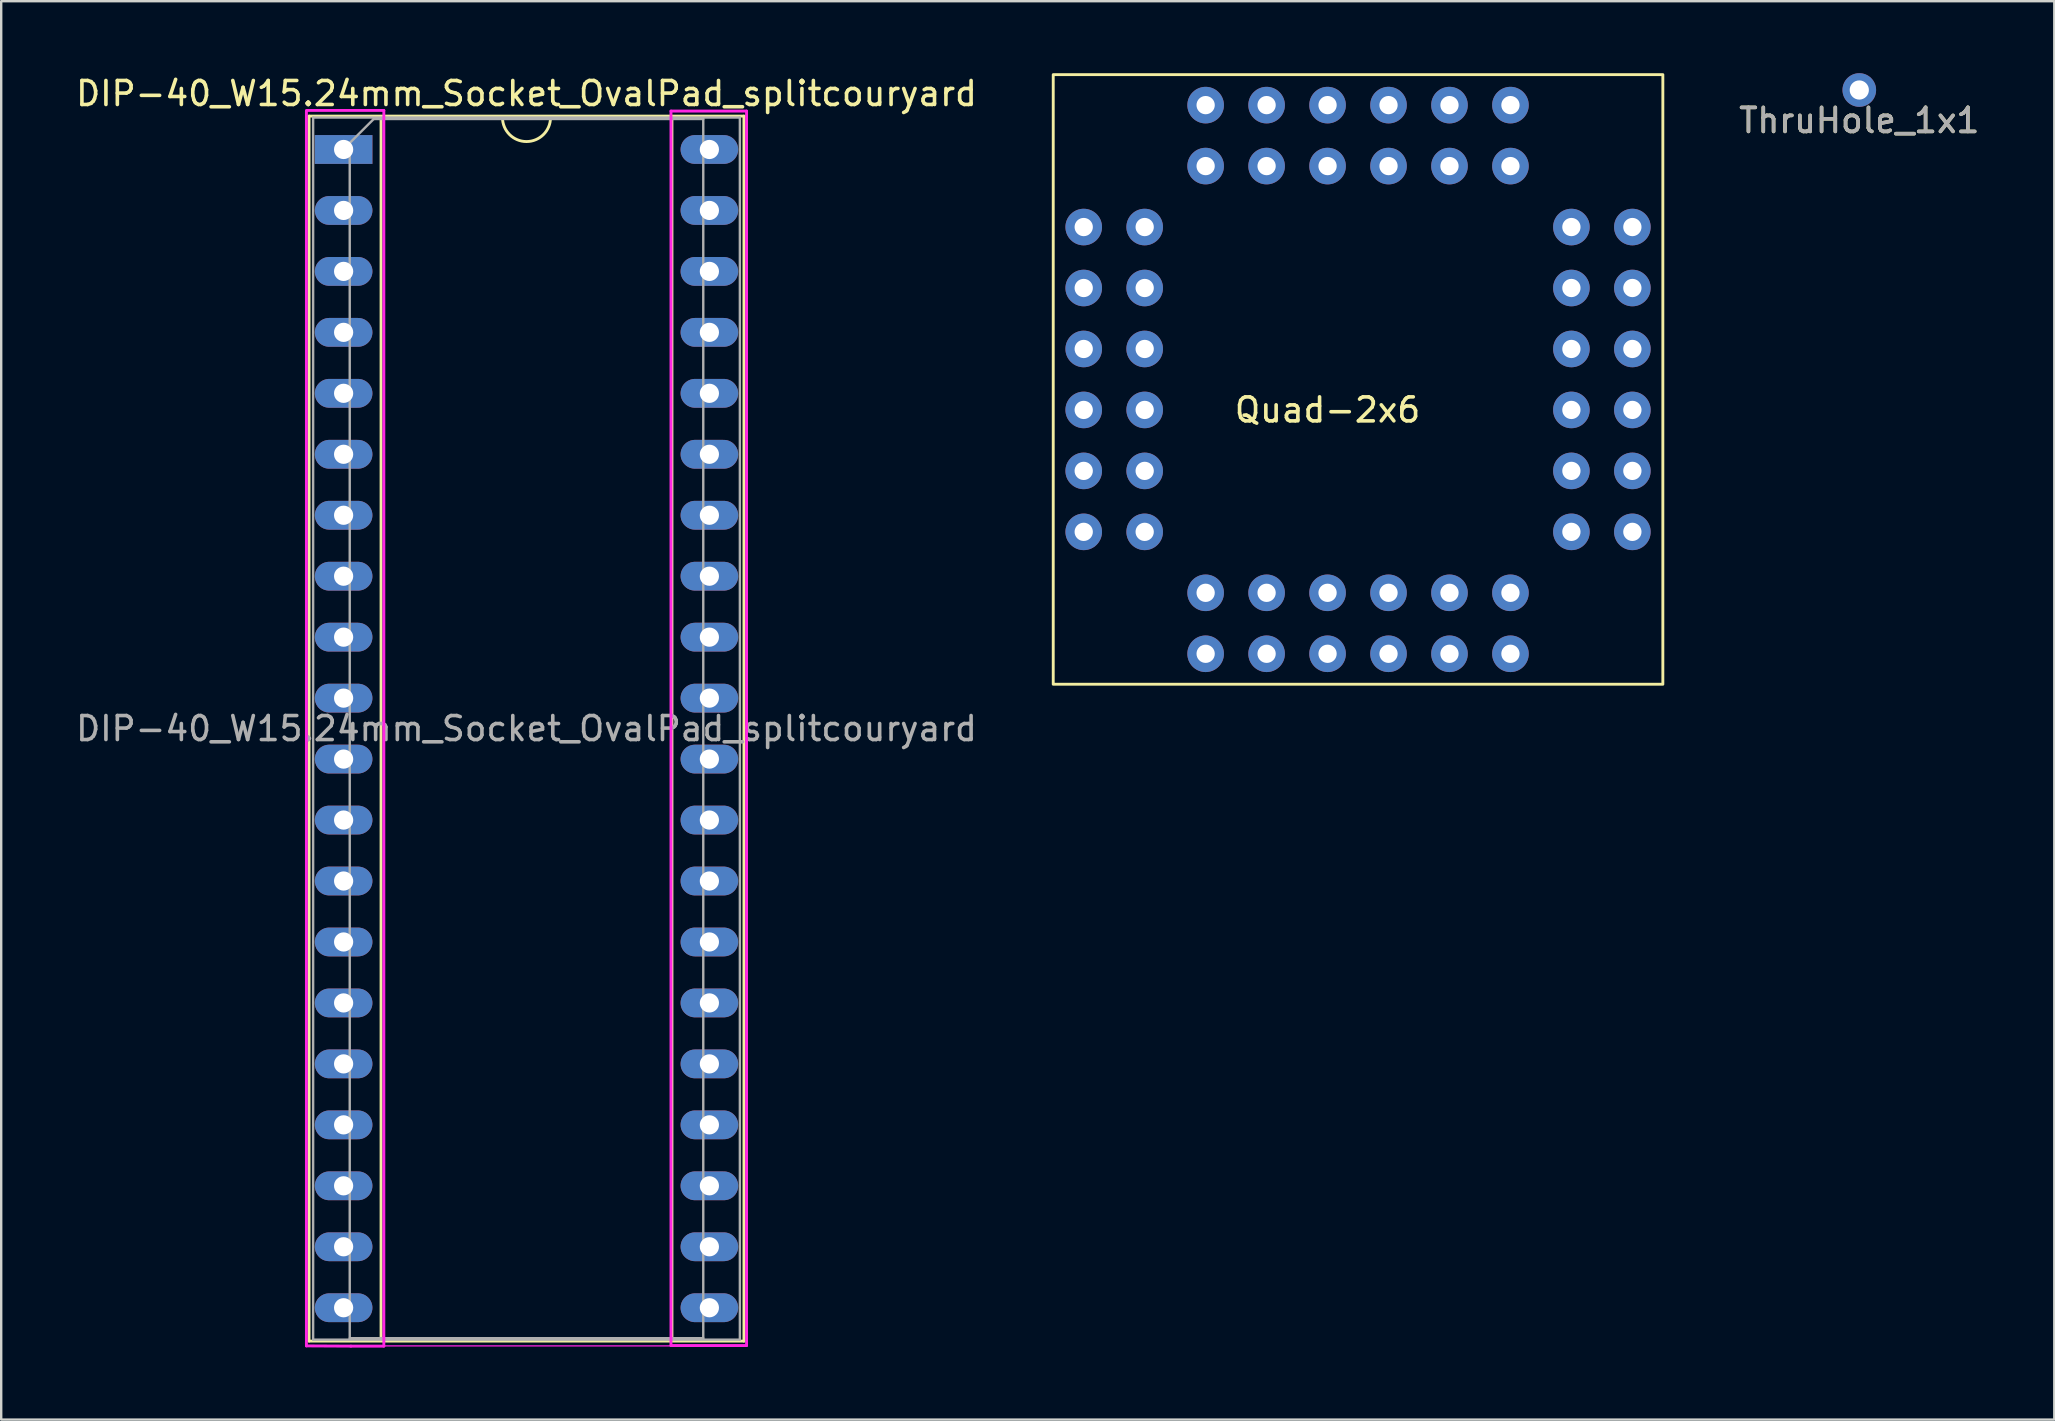
<source format=kicad_pcb>
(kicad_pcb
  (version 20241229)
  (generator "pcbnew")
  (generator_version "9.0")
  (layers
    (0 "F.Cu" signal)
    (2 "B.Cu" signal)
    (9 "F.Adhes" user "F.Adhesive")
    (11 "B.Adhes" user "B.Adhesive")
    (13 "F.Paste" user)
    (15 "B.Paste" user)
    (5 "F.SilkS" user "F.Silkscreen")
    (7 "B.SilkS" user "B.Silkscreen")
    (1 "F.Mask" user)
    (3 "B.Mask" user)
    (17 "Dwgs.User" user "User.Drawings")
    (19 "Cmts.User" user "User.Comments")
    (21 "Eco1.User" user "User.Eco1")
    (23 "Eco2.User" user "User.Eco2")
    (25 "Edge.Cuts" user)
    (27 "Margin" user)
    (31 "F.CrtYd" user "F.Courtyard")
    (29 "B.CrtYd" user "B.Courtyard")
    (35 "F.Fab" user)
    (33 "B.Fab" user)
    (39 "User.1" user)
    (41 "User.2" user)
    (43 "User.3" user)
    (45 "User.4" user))
  (footprint "Quad-2x6"
    (layer "F.Cu")
    (at 42.104 1.33)
    (property "Reference" "Quad-2x6" (at 10.16 12.7 0) (unlocked yes) (layer "F.SilkS") (effects (font (size 1 1) (thickness 0.15))))
    (attr through_hole)
    (fp_rect (start -1.27 -1.27) (end 24.13 24.13) (stroke (width 0.12) (type default)) (fill no) (layer "F.SilkS"))
    (pad "1" thru_hole circle (at 0 5.08 90) (size 1.524 1.524) (drill 0.762) (layers "*.Cu" "*.Mask"))
    (pad "2" thru_hole circle (at 2.54 5.08 90) (size 1.524 1.524) (drill 0.762) (layers "*.Cu" "*.Mask"))
    (pad "3" thru_hole circle (at 0 7.62 90) (size 1.524 1.524) (drill 0.762) (layers "*.Cu" "*.Mask"))
    (pad "4" thru_hole circle (at 2.54 7.62 90) (size 1.524 1.524) (drill 0.762) (layers "*.Cu" "*.Mask"))
    (pad "5" thru_hole circle (at 0 10.16 90) (size 1.524 1.524) (drill 0.762) (layers "*.Cu" "*.Mask"))
    (pad "6" thru_hole circle (at 2.54 10.16 90) (size 1.524 1.524) (drill 0.762) (layers "*.Cu" "*.Mask"))
    (pad "7" thru_hole circle (at 0 12.7 90) (size 1.524 1.524) (drill 0.762) (layers "*.Cu" "*.Mask"))
    (pad "8" thru_hole circle (at 2.54 12.7 90) (size 1.524 1.524) (drill 0.762) (layers "*.Cu" "*.Mask"))
    (pad "9" thru_hole circle (at 0 15.24 90) (size 1.524 1.524) (drill 0.762) (layers "*.Cu" "*.Mask"))
    (pad "10" thru_hole circle (at 2.54 15.24 90) (size 1.524 1.524) (drill 0.762) (layers "*.Cu" "*.Mask"))
    (pad "11" thru_hole circle (at 0 17.78 90) (size 1.524 1.524) (drill 0.762) (layers "*.Cu" "*.Mask"))
    (pad "12" thru_hole circle (at 2.54 17.78 90) (size 1.524 1.524) (drill 0.762) (layers "*.Cu" "*.Mask"))
    (pad "13" thru_hole circle (at 5.08 22.86) (size 1.524 1.524) (drill 0.762) (layers "*.Cu" "*.Mask"))
    (pad "14" thru_hole circle (at 5.08 20.32) (size 1.524 1.524) (drill 0.762) (layers "*.Cu" "*.Mask"))
    (pad "15" thru_hole circle (at 7.62 22.86) (size 1.524 1.524) (drill 0.762) (layers "*.Cu" "*.Mask"))
    (pad "16" thru_hole circle (at 7.62 20.32) (size 1.524 1.524) (drill 0.762) (layers "*.Cu" "*.Mask"))
    (pad "17" thru_hole circle (at 10.16 22.86) (size 1.524 1.524) (drill 0.762) (layers "*.Cu" "*.Mask"))
    (pad "18" thru_hole circle (at 10.16 20.32) (size 1.524 1.524) (drill 0.762) (layers "*.Cu" "*.Mask"))
    (pad "19" thru_hole circle (at 12.7 22.86) (size 1.524 1.524) (drill 0.762) (layers "*.Cu" "*.Mask"))
    (pad "20" thru_hole circle (at 12.7 20.32) (size 1.524 1.524) (drill 0.762) (layers "*.Cu" "*.Mask"))
    (pad "21" thru_hole circle (at 15.24 22.86) (size 1.524 1.524) (drill 0.762) (layers "*.Cu" "*.Mask"))
    (pad "22" thru_hole circle (at 15.24 20.32) (size 1.524 1.524) (drill 0.762) (layers "*.Cu" "*.Mask"))
    (pad "23" thru_hole circle (at 17.78 22.86) (size 1.524 1.524) (drill 0.762) (layers "*.Cu" "*.Mask"))
    (pad "24" thru_hole circle (at 17.78 20.32) (size 1.524 1.524) (drill 0.762) (layers "*.Cu" "*.Mask"))
    (pad "25" thru_hole circle (at 22.86 17.78) (size 1.524 1.524) (drill 0.762) (layers "*.Cu" "*.Mask"))
    (pad "26" thru_hole circle (at 20.32 17.78) (size 1.524 1.524) (drill 0.762) (layers "*.Cu" "*.Mask"))
    (pad "27" thru_hole circle (at 22.86 15.24) (size 1.524 1.524) (drill 0.762) (layers "*.Cu" "*.Mask"))
    (pad "28" thru_hole circle (at 20.32 15.24) (size 1.524 1.524) (drill 0.762) (layers "*.Cu" "*.Mask"))
    (pad "29" thru_hole circle (at 22.86 12.7) (size 1.524 1.524) (drill 0.762) (layers "*.Cu" "*.Mask"))
    (pad "30" thru_hole circle (at 20.32 12.7) (size 1.524 1.524) (drill 0.762) (layers "*.Cu" "*.Mask"))
    (pad "31" thru_hole circle (at 22.86 10.16) (size 1.524 1.524) (drill 0.762) (layers "*.Cu" "*.Mask"))
    (pad "32" thru_hole circle (at 20.32 10.16) (size 1.524 1.524) (drill 0.762) (layers "*.Cu" "*.Mask"))
    (pad "33" thru_hole circle (at 22.86 7.62) (size 1.524 1.524) (drill 0.762) (layers "*.Cu" "*.Mask"))
    (pad "34" thru_hole circle (at 20.32 7.62) (size 1.524 1.524) (drill 0.762) (layers "*.Cu" "*.Mask"))
    (pad "35" thru_hole circle (at 22.86 5.08) (size 1.524 1.524) (drill 0.762) (layers "*.Cu" "*.Mask"))
    (pad "36" thru_hole circle (at 20.32 5.08) (size 1.524 1.524) (drill 0.762) (layers "*.Cu" "*.Mask"))
    (pad "37" thru_hole circle (at 17.78 0) (size 1.524 1.524) (drill 0.762) (layers "*.Cu" "*.Mask"))
    (pad "38" thru_hole circle (at 17.78 2.54) (size 1.524 1.524) (drill 0.762) (layers "*.Cu" "*.Mask"))
    (pad "39" thru_hole circle (at 15.24 0) (size 1.524 1.524) (drill 0.762) (layers "*.Cu" "*.Mask"))
    (pad "40" thru_hole circle (at 15.24 2.54) (size 1.524 1.524) (drill 0.762) (layers "*.Cu" "*.Mask"))
    (pad "41" thru_hole circle (at 12.7 0) (size 1.524 1.524) (drill 0.762) (layers "*.Cu" "*.Mask"))
    (pad "42" thru_hole circle (at 12.7 2.54) (size 1.524 1.524) (drill 0.762) (layers "*.Cu" "*.Mask"))
    (pad "43" thru_hole circle (at 10.16 0) (size 1.524 1.524) (drill 0.762) (layers "*.Cu" "*.Mask"))
    (pad "44" thru_hole circle (at 10.16 2.54) (size 1.524 1.524) (drill 0.762) (layers "*.Cu" "*.Mask"))
    (pad "45" thru_hole circle (at 7.62 0) (size 1.524 1.524) (drill 0.762) (layers "*.Cu" "*.Mask"))
    (pad "46" thru_hole circle (at 7.62 2.54) (size 1.524 1.524) (drill 0.762) (layers "*.Cu" "*.Mask"))
    (pad "47" thru_hole circle (at 5.08 0) (size 1.524 1.524) (drill 0.762) (layers "*.Cu" "*.Mask"))
    (pad "48" thru_hole circle (at 5.08 2.54) (size 1.524 1.524) (drill 0.762) (layers "*.Cu" "*.Mask")))
  (footprint "ThruHole_1x1"
    (layer "F.Cu")
    (at 74.419 0.7)
    (property "Reference" "ThruHole_1x1" (at 0 1.27 0) (layer "F.SilkS") (effects (font (size 1 1) (thickness 0.15))))
    (attr through_hole)
    (fp_text user "${REFERENCE}" (at 0 1.27 180) (layer "F.Fab") (effects (font (size 1 1) (thickness 0.15))))
    (pad "1" thru_hole oval (at 0 0) (size 1.4 1.4) (drill 0.8) (layers "*.Cu" "*.Mask")))
  (footprint "DIP-40_W15.24mm_Socket_OvalPad_splitcouryard"
    (layer "F.Cu")
    (at 11.267 3.178)
    (property "Reference" "DIP-40_W15.24mm_Socket_OvalPad_splitcouryard" (at 7.62 -2.33 0) (layer "F.SilkS") (effects (font (size 1 1) (thickness 0.15))))
    (attr through_hole)
    (fp_line (start -1.44 -1.39) (end -1.44 49.65) (stroke (width 0.12) (type solid)) (layer "F.SilkS"))
    (fp_line (start -1.44 49.65) (end 16.68 49.65) (stroke (width 0.12) (type solid)) (layer "F.SilkS"))
    (fp_line (start 1.56 -1.33) (end 1.56 49.59) (stroke (width 0.12) (type solid)) (layer "F.SilkS"))
    (fp_line (start 1.56 49.59) (end 13.68 49.59) (stroke (width 0.12) (type solid)) (layer "F.SilkS"))
    (fp_line (start 6.62 -1.33) (end 1.56 -1.33) (stroke (width 0.12) (type solid)) (layer "F.SilkS"))
    (fp_line (start 13.68 -1.33) (end 8.62 -1.33) (stroke (width 0.12) (type solid)) (layer "F.SilkS"))
    (fp_line (start 13.68 49.59) (end 13.68 -1.33) (stroke (width 0.12) (type solid)) (layer "F.SilkS"))
    (fp_line (start 16.68 -1.39) (end -1.44 -1.39) (stroke (width 0.12) (type solid)) (layer "F.SilkS"))
    (fp_line (start 16.68 49.65) (end 16.68 -1.39) (stroke (width 0.12) (type solid)) (layer "F.SilkS"))
    (fp_arc (start 8.62 -1.33) (mid 7.62 -0.33) (end 6.62 -1.33) (stroke (width 0.12) (type solid)) (layer "F.SilkS"))
    (fp_line (start -1.55 -1.6) (end -1.55 49.85) (stroke (width 0.05) (type solid)) (layer "F.CrtYd"))
    (fp_line (start -1.55 -1.6) (end -1.55 49.85) (stroke (width 0.12) (type solid)) (layer "F.CrtYd"))
    (fp_line (start -1.55 49.85) (end 0.305 49.86) (stroke (width 0.12) (type solid)) (layer "F.CrtYd"))
    (fp_line (start -1.55 49.85) (end 16.8 49.85) (stroke (width 0.05) (type solid)) (layer "F.CrtYd"))
    (fp_line (start 0.305 49.86) (end 1.676 49.86) (stroke (width 0.12) (type solid)) (layer "F.CrtYd"))
    (fp_line (start 1.676 -1.626) (end -1.549 -1.626) (stroke (width 0.12) (type solid)) (layer "F.CrtYd"))
    (fp_line (start 1.676 49.86) (end 1.676 -1.626) (stroke (width 0.12) (type solid)) (layer "F.CrtYd"))
    (fp_line (start 13.64 -1.6) (end 13.64 49.835) (stroke (width 0.12) (type solid)) (layer "F.CrtYd"))
    (fp_line (start 13.64 49.835) (end 16.789 49.835) (stroke (width 0.12) (type solid)) (layer "F.CrtYd"))
    (fp_line (start 16.789 -1.6) (end 13.64 -1.6) (stroke (width 0.12) (type solid)) (layer "F.CrtYd"))
    (fp_line (start 16.789 49.835) (end 16.789 -1.6) (stroke (width 0.12) (type solid)) (layer "F.CrtYd"))
    (fp_line (start 16.8 49.85) (end 16.8 -1.6) (stroke (width 0.05) (type solid)) (layer "F.CrtYd"))
    (fp_line (start -1.27 -1.33) (end -1.27 49.59) (stroke (width 0.1) (type solid)) (layer "F.Fab"))
    (fp_line (start -1.27 49.59) (end 16.51 49.59) (stroke (width 0.1) (type solid)) (layer "F.Fab"))
    (fp_line (start 0.255 -0.27) (end 1.255 -1.27) (stroke (width 0.1) (type solid)) (layer "F.Fab"))
    (fp_line (start 0.255 49.53) (end 0.255 -0.27) (stroke (width 0.1) (type solid)) (layer "F.Fab"))
    (fp_line (start 1.255 -1.27) (end 14.985 -1.27) (stroke (width 0.1) (type solid)) (layer "F.Fab"))
    (fp_line (start 14.985 -1.27) (end 14.985 49.53) (stroke (width 0.1) (type solid)) (layer "F.Fab"))
    (fp_line (start 14.985 49.53) (end 0.255 49.53) (stroke (width 0.1) (type solid)) (layer "F.Fab"))
    (fp_line (start 16.51 -1.33) (end -1.27 -1.33) (stroke (width 0.1) (type solid)) (layer "F.Fab"))
    (fp_line (start 16.51 49.59) (end 16.51 -1.33) (stroke (width 0.1) (type solid)) (layer "F.Fab"))
    (fp_text user "${REFERENCE}" (at 7.62 24.13 0) (layer "F.Fab") (effects (font (size 1 1) (thickness 0.15))))
    (pad "1" thru_hole rect (at 0 0) (size 2.4 1.2) (drill 0.8) (layers "*.Cu" "*.Mask"))
    (pad "2" thru_hole oval (at 0 2.54) (size 2.4 1.2) (drill 0.8) (layers "*.Cu" "*.Mask"))
    (pad "3" thru_hole oval (at 0 5.08) (size 2.4 1.2) (drill 0.8) (layers "*.Cu" "*.Mask"))
    (pad "4" thru_hole oval (at 0 7.62) (size 2.4 1.2) (drill 0.8) (layers "*.Cu" "*.Mask"))
    (pad "5" thru_hole oval (at 0 10.16) (size 2.4 1.2) (drill 0.8) (layers "*.Cu" "*.Mask"))
    (pad "6" thru_hole oval (at 0 12.7) (size 2.4 1.2) (drill 0.8) (layers "*.Cu" "*.Mask"))
    (pad "7" thru_hole oval (at 0 15.24) (size 2.4 1.2) (drill 0.8) (layers "*.Cu" "*.Mask"))
    (pad "8" thru_hole oval (at 0 17.78) (size 2.4 1.2) (drill 0.8) (layers "*.Cu" "*.Mask"))
    (pad "9" thru_hole oval (at 0 20.32) (size 2.4 1.2) (drill 0.8) (layers "*.Cu" "*.Mask"))
    (pad "10" thru_hole oval (at 0 22.86) (size 2.4 1.2) (drill 0.8) (layers "*.Cu" "*.Mask"))
    (pad "11" thru_hole oval (at 0 25.4) (size 2.4 1.2) (drill 0.8) (layers "*.Cu" "*.Mask"))
    (pad "12" thru_hole oval (at 0 27.94) (size 2.4 1.2) (drill 0.8) (layers "*.Cu" "*.Mask"))
    (pad "13" thru_hole oval (at 0 30.48) (size 2.4 1.2) (drill 0.8) (layers "*.Cu" "*.Mask"))
    (pad "14" thru_hole oval (at 0 33.02) (size 2.4 1.2) (drill 0.8) (layers "*.Cu" "*.Mask"))
    (pad "15" thru_hole oval (at 0 35.56) (size 2.4 1.2) (drill 0.8) (layers "*.Cu" "*.Mask"))
    (pad "16" thru_hole oval (at 0 38.1) (size 2.4 1.2) (drill 0.8) (layers "*.Cu" "*.Mask"))
    (pad "17" thru_hole oval (at 0 40.64) (size 2.4 1.2) (drill 0.8) (layers "*.Cu" "*.Mask"))
    (pad "18" thru_hole oval (at 0 43.18) (size 2.4 1.2) (drill 0.8) (layers "*.Cu" "*.Mask"))
    (pad "19" thru_hole oval (at 0 45.72) (size 2.4 1.2) (drill 0.8) (layers "*.Cu" "*.Mask"))
    (pad "20" thru_hole oval (at 0 48.26) (size 2.4 1.2) (drill 0.8) (layers "*.Cu" "*.Mask"))
    (pad "21" thru_hole oval (at 15.24 48.26) (size 2.4 1.2) (drill 0.8) (layers "*.Cu" "*.Mask"))
    (pad "22" thru_hole oval (at 15.24 45.72) (size 2.4 1.2) (drill 0.8) (layers "*.Cu" "*.Mask"))
    (pad "23" thru_hole oval (at 15.24 43.18) (size 2.4 1.2) (drill 0.8) (layers "*.Cu" "*.Mask"))
    (pad "24" thru_hole oval (at 15.24 40.64) (size 2.4 1.2) (drill 0.8) (layers "*.Cu" "*.Mask"))
    (pad "25" thru_hole oval (at 15.24 38.1) (size 2.4 1.2) (drill 0.8) (layers "*.Cu" "*.Mask"))
    (pad "26" thru_hole oval (at 15.24 35.56) (size 2.4 1.2) (drill 0.8) (layers "*.Cu" "*.Mask"))
    (pad "27" thru_hole oval (at 15.24 33.02) (size 2.4 1.2) (drill 0.8) (layers "*.Cu" "*.Mask"))
    (pad "28" thru_hole oval (at 15.24 30.48) (size 2.4 1.2) (drill 0.8) (layers "*.Cu" "*.Mask"))
    (pad "29" thru_hole oval (at 15.24 27.94) (size 2.4 1.2) (drill 0.8) (layers "*.Cu" "*.Mask"))
    (pad "30" thru_hole oval (at 15.24 25.4) (size 2.4 1.2) (drill 0.8) (layers "*.Cu" "*.Mask"))
    (pad "31" thru_hole oval (at 15.24 22.86) (size 2.4 1.2) (drill 0.8) (layers "*.Cu" "*.Mask"))
    (pad "32" thru_hole oval (at 15.24 20.32) (size 2.4 1.2) (drill 0.8) (layers "*.Cu" "*.Mask"))
    (pad "33" thru_hole oval (at 15.24 17.78) (size 2.4 1.2) (drill 0.8) (layers "*.Cu" "*.Mask"))
    (pad "34" thru_hole oval (at 15.24 15.24) (size 2.4 1.2) (drill 0.8) (layers "*.Cu" "*.Mask"))
    (pad "35" thru_hole oval (at 15.24 12.7) (size 2.4 1.2) (drill 0.8) (layers "*.Cu" "*.Mask"))
    (pad "36" thru_hole oval (at 15.24 10.16) (size 2.4 1.2) (drill 0.8) (layers "*.Cu" "*.Mask"))
    (pad "37" thru_hole oval (at 15.24 7.62) (size 2.4 1.2) (drill 0.8) (layers "*.Cu" "*.Mask"))
    (pad "38" thru_hole oval (at 15.24 5.08) (size 2.4 1.2) (drill 0.8) (layers "*.Cu" "*.Mask"))
    (pad "39" thru_hole oval (at 15.24 2.54) (size 2.4 1.2) (drill 0.8) (layers "*.Cu" "*.Mask"))
    (pad "40" thru_hole oval (at 15.24 0) (size 2.4 1.2) (drill 0.8) (layers "*.Cu" "*.Mask")))
  (gr_rect
    (start -3 -3)
    (end 82.544 56.098)
    (stroke (width 0.1) (type default))
    (fill no)
    (layer "Edge.Cuts")))
</source>
